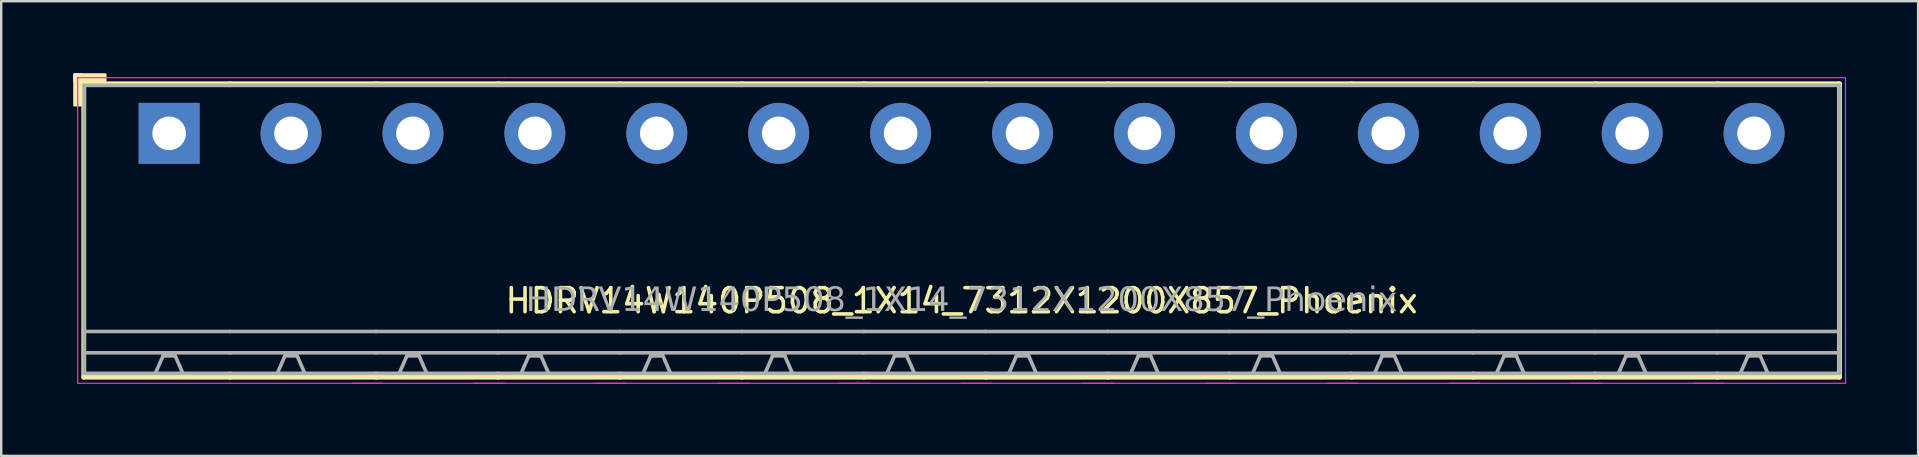
<source format=kicad_pcb>
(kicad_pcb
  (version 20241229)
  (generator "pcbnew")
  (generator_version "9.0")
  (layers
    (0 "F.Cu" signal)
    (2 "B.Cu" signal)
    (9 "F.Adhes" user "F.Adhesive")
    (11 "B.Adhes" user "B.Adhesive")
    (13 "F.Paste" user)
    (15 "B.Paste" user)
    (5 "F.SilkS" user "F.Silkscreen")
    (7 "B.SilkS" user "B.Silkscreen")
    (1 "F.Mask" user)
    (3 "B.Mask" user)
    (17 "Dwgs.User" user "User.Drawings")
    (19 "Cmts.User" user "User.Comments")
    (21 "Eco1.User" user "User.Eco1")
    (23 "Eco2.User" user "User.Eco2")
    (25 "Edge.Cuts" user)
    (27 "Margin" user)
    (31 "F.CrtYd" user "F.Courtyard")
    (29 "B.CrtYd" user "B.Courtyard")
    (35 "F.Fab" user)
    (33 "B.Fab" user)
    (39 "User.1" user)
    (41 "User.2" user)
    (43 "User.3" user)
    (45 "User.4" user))
  (footprint "HDRV14W140P508_1X14_7312X1200X857_Phoenix"
    (layer "F.Cu")
    (at 37.017 2.506)
    (property "Reference" "HDRV14W140P508_1X14_7312X1200X857_Phoenix" (at 0 6.975 0) (layer "F.SilkS") (effects (font (size 1 1) (thickness 0.15))))
    (attr through_hole)
    (fp_line (start -36.576 -2.065) (end -36.576 10.16) (stroke (width 0.203) (type solid)) (layer "F.SilkS"))
    (fp_line (start -36.576 10.16) (end -30.48 10.16) (stroke (width 0.203) (type solid)) (layer "F.SilkS"))
    (fp_line (start -30.48 -2.065) (end -36.576 -2.065) (stroke (width 0.203) (type solid)) (layer "F.SilkS"))
    (fp_line (start -30.48 -2.065) (end -24.384 -2.065) (stroke (width 0.203) (type solid)) (layer "F.SilkS"))
    (fp_line (start -24.384 -2.065) (end -19.304 -2.065) (stroke (width 0.203) (type solid)) (layer "F.SilkS"))
    (fp_line (start -24.384 10.16) (end -30.48 10.16) (stroke (width 0.203) (type solid)) (layer "F.SilkS"))
    (fp_line (start -19.304 -2.065) (end -14.224 -2.065) (stroke (width 0.203) (type solid)) (layer "F.SilkS"))
    (fp_line (start -19.304 10.16) (end -24.384 10.16) (stroke (width 0.203) (type solid)) (layer "F.SilkS"))
    (fp_line (start -14.224 -2.065) (end -9.144 -2.065) (stroke (width 0.203) (type solid)) (layer "F.SilkS"))
    (fp_line (start -14.224 10.16) (end -19.304 10.16) (stroke (width 0.203) (type solid)) (layer "F.SilkS"))
    (fp_line (start -9.144 -2.065) (end -4.064 -2.065) (stroke (width 0.203) (type solid)) (layer "F.SilkS"))
    (fp_line (start -9.144 10.16) (end -14.224 10.16) (stroke (width 0.203) (type solid)) (layer "F.SilkS"))
    (fp_line (start -4.064 -2.065) (end 1.016 -2.065) (stroke (width 0.203) (type solid)) (layer "F.SilkS"))
    (fp_line (start -4.064 10.16) (end -9.144 10.16) (stroke (width 0.203) (type solid)) (layer "F.SilkS"))
    (fp_line (start 1.016 -2.065) (end 6.096 -2.065) (stroke (width 0.203) (type solid)) (layer "F.SilkS"))
    (fp_line (start 1.016 10.16) (end -4.064 10.16) (stroke (width 0.203) (type solid)) (layer "F.SilkS"))
    (fp_line (start 6.096 -2.065) (end 11.176 -2.065) (stroke (width 0.203) (type solid)) (layer "F.SilkS"))
    (fp_line (start 6.096 10.16) (end 1.016 10.16) (stroke (width 0.203) (type solid)) (layer "F.SilkS"))
    (fp_line (start 11.176 -2.065) (end 16.256 -2.065) (stroke (width 0.203) (type solid)) (layer "F.SilkS"))
    (fp_line (start 11.176 10.16) (end 6.096 10.16) (stroke (width 0.203) (type solid)) (layer "F.SilkS"))
    (fp_line (start 16.256 -2.065) (end 21.336 -2.065) (stroke (width 0.203) (type solid)) (layer "F.SilkS"))
    (fp_line (start 16.256 10.16) (end 11.176 10.16) (stroke (width 0.203) (type solid)) (layer "F.SilkS"))
    (fp_line (start 21.336 -2.065) (end 26.416 -2.065) (stroke (width 0.203) (type solid)) (layer "F.SilkS"))
    (fp_line (start 21.336 10.16) (end 16.256 10.16) (stroke (width 0.203) (type solid)) (layer "F.SilkS"))
    (fp_line (start 26.416 -2.065) (end 31.496 -2.065) (stroke (width 0.203) (type solid)) (layer "F.SilkS"))
    (fp_line (start 26.416 10.16) (end 21.336 10.16) (stroke (width 0.203) (type solid)) (layer "F.SilkS"))
    (fp_line (start 31.496 -2.065) (end 36.576 -2.065) (stroke (width 0.203) (type solid)) (layer "F.SilkS"))
    (fp_line (start 31.496 10.16) (end 26.416 10.16) (stroke (width 0.203) (type solid)) (layer "F.SilkS"))
    (fp_line (start 36.576 -2.065) (end 36.576 10.16) (stroke (width 0.203) (type solid)) (layer "F.SilkS"))
    (fp_line (start 36.576 10.16) (end 31.496 10.16) (stroke (width 0.203) (type solid)) (layer "F.SilkS"))
    (fp_rect (start -36.957 -2.446) (end -36.703 -1.176) (stroke (width 0.12) (type solid)) (fill yes) (layer "F.SilkS"))
    (fp_rect (start -36.957 -2.446) (end -35.687 -2.192) (stroke (width 0.12) (type solid)) (fill yes) (layer "F.SilkS"))
    (fp_line (start -36.83 10.414) (end -36.83 -2.319) (stroke (width 0.05) (type solid)) (layer "F.CrtYd"))
    (fp_line (start -30.48 -2.319) (end -36.83 -2.319) (stroke (width 0.05) (type solid)) (layer "F.CrtYd"))
    (fp_line (start -30.48 -2.319) (end -24.13 -2.319) (stroke (width 0.05) (type solid)) (layer "F.CrtYd"))
    (fp_line (start -30.48 10.414) (end -36.83 10.414) (stroke (width 0.05) (type solid)) (layer "F.CrtYd"))
    (fp_line (start -30.48 10.414) (end -24.13 10.414) (stroke (width 0.05) (type solid)) (layer "F.CrtYd"))
    (fp_line (start -25.4 10.414) (end -19.05 10.414) (stroke (width 0.05) (type solid)) (layer "F.CrtYd"))
    (fp_line (start -24.13 -2.319) (end -19.05 -2.319) (stroke (width 0.05) (type solid)) (layer "F.CrtYd"))
    (fp_line (start -20.32 10.414) (end -13.97 10.414) (stroke (width 0.05) (type solid)) (layer "F.CrtYd"))
    (fp_line (start -19.05 -2.319) (end -13.97 -2.319) (stroke (width 0.05) (type solid)) (layer "F.CrtYd"))
    (fp_line (start -15.24 10.414) (end -8.89 10.414) (stroke (width 0.05) (type solid)) (layer "F.CrtYd"))
    (fp_line (start -13.97 -2.319) (end -8.89 -2.319) (stroke (width 0.05) (type solid)) (layer "F.CrtYd"))
    (fp_line (start -10.16 10.414) (end -3.81 10.414) (stroke (width 0.05) (type solid)) (layer "F.CrtYd"))
    (fp_line (start -8.89 -2.319) (end -3.81 -2.319) (stroke (width 0.05) (type solid)) (layer "F.CrtYd"))
    (fp_line (start -5.08 10.414) (end 1.27 10.414) (stroke (width 0.05) (type solid)) (layer "F.CrtYd"))
    (fp_line (start -3.81 -2.319) (end 1.27 -2.319) (stroke (width 0.05) (type solid)) (layer "F.CrtYd"))
    (fp_line (start 0 10.414) (end 6.35 10.414) (stroke (width 0.05) (type solid)) (layer "F.CrtYd"))
    (fp_line (start 1.27 -2.319) (end 6.35 -2.319) (stroke (width 0.05) (type solid)) (layer "F.CrtYd"))
    (fp_line (start 5.08 10.414) (end 11.43 10.414) (stroke (width 0.05) (type solid)) (layer "F.CrtYd"))
    (fp_line (start 6.35 -2.319) (end 11.43 -2.319) (stroke (width 0.05) (type solid)) (layer "F.CrtYd"))
    (fp_line (start 10.16 10.414) (end 16.51 10.414) (stroke (width 0.05) (type solid)) (layer "F.CrtYd"))
    (fp_line (start 11.43 -2.319) (end 16.51 -2.319) (stroke (width 0.05) (type solid)) (layer "F.CrtYd"))
    (fp_line (start 15.24 10.414) (end 21.59 10.414) (stroke (width 0.05) (type solid)) (layer "F.CrtYd"))
    (fp_line (start 16.51 -2.319) (end 21.59 -2.319) (stroke (width 0.05) (type solid)) (layer "F.CrtYd"))
    (fp_line (start 20.32 10.414) (end 26.67 10.414) (stroke (width 0.05) (type solid)) (layer "F.CrtYd"))
    (fp_line (start 21.59 -2.319) (end 26.67 -2.319) (stroke (width 0.05) (type solid)) (layer "F.CrtYd"))
    (fp_line (start 25.4 10.414) (end 31.75 10.414) (stroke (width 0.05) (type solid)) (layer "F.CrtYd"))
    (fp_line (start 26.67 -2.319) (end 31.75 -2.319) (stroke (width 0.05) (type solid)) (layer "F.CrtYd"))
    (fp_line (start 30.48 10.414) (end 36.83 10.414) (stroke (width 0.05) (type solid)) (layer "F.CrtYd"))
    (fp_line (start 31.75 -2.319) (end 36.83 -2.319) (stroke (width 0.05) (type solid)) (layer "F.CrtYd"))
    (fp_line (start 36.83 10.414) (end 36.83 -2.319) (stroke (width 0.05) (type solid)) (layer "F.CrtYd"))
    (fp_line (start -36.56 -2) (end -36.56 10) (stroke (width 0.152) (type solid)) (layer "F.Fab"))
    (fp_line (start -33.274 9.271) (end -33.592 10) (stroke (width 0.152) (type default)) (layer "F.Fab"))
    (fp_line (start -32.766 9.271) (end -33.274 9.271) (stroke (width 0.152) (type default)) (layer "F.Fab"))
    (fp_line (start -32.766 9.271) (end -32.449 10) (stroke (width 0.152) (type default)) (layer "F.Fab"))
    (fp_line (start -30.48 -2) (end -36.56 -2) (stroke (width 0.152) (type solid)) (layer "F.Fab"))
    (fp_line (start -30.48 -2) (end -24.4 -2) (stroke (width 0.152) (type solid)) (layer "F.Fab"))
    (fp_line (start -30.48 8.255) (end -36.56 8.255) (stroke (width 0.152) (type solid)) (layer "F.Fab"))
    (fp_line (start -30.48 8.255) (end -24.4 8.255) (stroke (width 0.152) (type solid)) (layer "F.Fab"))
    (fp_line (start -30.48 9.144) (end -36.56 9.144) (stroke (width 0.152) (type solid)) (layer "F.Fab"))
    (fp_line (start -30.48 9.144) (end -24.4 9.144) (stroke (width 0.152) (type solid)) (layer "F.Fab"))
    (fp_line (start -30.48 10) (end -36.56 10) (stroke (width 0.152) (type solid)) (layer "F.Fab"))
    (fp_line (start -30.48 10) (end -24.4 10) (stroke (width 0.152) (type solid)) (layer "F.Fab"))
    (fp_line (start -28.194 9.271) (end -28.512 10) (stroke (width 0.152) (type default)) (layer "F.Fab"))
    (fp_line (start -27.686 9.271) (end -28.194 9.271) (stroke (width 0.152) (type default)) (layer "F.Fab"))
    (fp_line (start -27.686 9.271) (end -27.369 10) (stroke (width 0.152) (type default)) (layer "F.Fab"))
    (fp_line (start -24.4 -2) (end -19.32 -2) (stroke (width 0.152) (type solid)) (layer "F.Fab"))
    (fp_line (start -24.4 8.255) (end -19.32 8.255) (stroke (width 0.152) (type solid)) (layer "F.Fab"))
    (fp_line (start -24.4 9.144) (end -19.32 9.144) (stroke (width 0.152) (type solid)) (layer "F.Fab"))
    (fp_line (start -24.4 10) (end -19.32 10) (stroke (width 0.152) (type solid)) (layer "F.Fab"))
    (fp_line (start -23.114 9.271) (end -23.431 10) (stroke (width 0.152) (type default)) (layer "F.Fab"))
    (fp_line (start -22.606 9.271) (end -23.114 9.271) (stroke (width 0.152) (type default)) (layer "F.Fab"))
    (fp_line (start -22.606 9.271) (end -22.288 10) (stroke (width 0.152) (type default)) (layer "F.Fab"))
    (fp_line (start -19.32 -2) (end -14.24 -2) (stroke (width 0.152) (type solid)) (layer "F.Fab"))
    (fp_line (start -19.32 8.255) (end -14.24 8.255) (stroke (width 0.152) (type solid)) (layer "F.Fab"))
    (fp_line (start -19.32 9.144) (end -14.24 9.144) (stroke (width 0.152) (type solid)) (layer "F.Fab"))
    (fp_line (start -19.32 10) (end -14.24 10) (stroke (width 0.152) (type solid)) (layer "F.Fab"))
    (fp_line (start -18.034 9.271) (end -18.352 10) (stroke (width 0.152) (type default)) (layer "F.Fab"))
    (fp_line (start -17.526 9.271) (end -18.034 9.271) (stroke (width 0.152) (type default)) (layer "F.Fab"))
    (fp_line (start -17.526 9.271) (end -17.209 10) (stroke (width 0.152) (type default)) (layer "F.Fab"))
    (fp_line (start -14.24 -2) (end -9.16 -2) (stroke (width 0.152) (type solid)) (layer "F.Fab"))
    (fp_line (start -14.24 8.255) (end -9.16 8.255) (stroke (width 0.152) (type solid)) (layer "F.Fab"))
    (fp_line (start -14.24 9.144) (end -9.16 9.144) (stroke (width 0.152) (type solid)) (layer "F.Fab"))
    (fp_line (start -14.24 10) (end -9.16 10) (stroke (width 0.152) (type solid)) (layer "F.Fab"))
    (fp_line (start -12.954 9.271) (end -13.271 10) (stroke (width 0.152) (type default)) (layer "F.Fab"))
    (fp_line (start -12.446 9.271) (end -12.954 9.271) (stroke (width 0.152) (type default)) (layer "F.Fab"))
    (fp_line (start -12.446 9.271) (end -12.129 10) (stroke (width 0.152) (type default)) (layer "F.Fab"))
    (fp_line (start -9.16 -2) (end -4.08 -2) (stroke (width 0.152) (type solid)) (layer "F.Fab"))
    (fp_line (start -9.16 8.255) (end -4.08 8.255) (stroke (width 0.152) (type solid)) (layer "F.Fab"))
    (fp_line (start -9.16 9.144) (end -4.08 9.144) (stroke (width 0.152) (type solid)) (layer "F.Fab"))
    (fp_line (start -9.16 10) (end -4.08 10) (stroke (width 0.152) (type solid)) (layer "F.Fab"))
    (fp_line (start -7.874 9.271) (end -8.191 10) (stroke (width 0.152) (type default)) (layer "F.Fab"))
    (fp_line (start -7.366 9.271) (end -7.874 9.271) (stroke (width 0.152) (type default)) (layer "F.Fab"))
    (fp_line (start -7.366 9.271) (end -7.048 10) (stroke (width 0.152) (type default)) (layer "F.Fab"))
    (fp_line (start -4.08 -2) (end 1 -2) (stroke (width 0.152) (type solid)) (layer "F.Fab"))
    (fp_line (start -4.08 8.255) (end 1 8.255) (stroke (width 0.152) (type solid)) (layer "F.Fab"))
    (fp_line (start -4.08 9.144) (end 1 9.144) (stroke (width 0.152) (type solid)) (layer "F.Fab"))
    (fp_line (start -4.08 10) (end 1 10) (stroke (width 0.152) (type solid)) (layer "F.Fab"))
    (fp_line (start -2.794 9.271) (end -3.111 10) (stroke (width 0.152) (type default)) (layer "F.Fab"))
    (fp_line (start -2.286 9.271) (end -2.794 9.271) (stroke (width 0.152) (type default)) (layer "F.Fab"))
    (fp_line (start -2.286 9.271) (end -1.968 10) (stroke (width 0.152) (type default)) (layer "F.Fab"))
    (fp_line (start 1 -2) (end 6.08 -2) (stroke (width 0.152) (type solid)) (layer "F.Fab"))
    (fp_line (start 1 8.255) (end 6.08 8.255) (stroke (width 0.152) (type solid)) (layer "F.Fab"))
    (fp_line (start 1 9.144) (end 6.08 9.144) (stroke (width 0.152) (type solid)) (layer "F.Fab"))
    (fp_line (start 1 10) (end 6.08 10) (stroke (width 0.152) (type solid)) (layer "F.Fab"))
    (fp_line (start 2.286 9.271) (end 1.968 10) (stroke (width 0.152) (type default)) (layer "F.Fab"))
    (fp_line (start 2.794 9.271) (end 2.286 9.271) (stroke (width 0.152) (type default)) (layer "F.Fab"))
    (fp_line (start 2.794 9.271) (end 3.111 10) (stroke (width 0.152) (type default)) (layer "F.Fab"))
    (fp_line (start 6.08 -2) (end 11.16 -2) (stroke (width 0.152) (type solid)) (layer "F.Fab"))
    (fp_line (start 6.08 8.255) (end 11.16 8.255) (stroke (width 0.152) (type solid)) (layer "F.Fab"))
    (fp_line (start 6.08 9.144) (end 11.16 9.144) (stroke (width 0.152) (type solid)) (layer "F.Fab"))
    (fp_line (start 6.08 10) (end 11.16 10) (stroke (width 0.152) (type solid)) (layer "F.Fab"))
    (fp_line (start 7.366 9.271) (end 7.048 10) (stroke (width 0.152) (type default)) (layer "F.Fab"))
    (fp_line (start 7.874 9.271) (end 7.366 9.271) (stroke (width 0.152) (type default)) (layer "F.Fab"))
    (fp_line (start 7.874 9.271) (end 8.191 10) (stroke (width 0.152) (type default)) (layer "F.Fab"))
    (fp_line (start 11.16 -2) (end 16.24 -2) (stroke (width 0.152) (type solid)) (layer "F.Fab"))
    (fp_line (start 11.16 8.255) (end 16.24 8.255) (stroke (width 0.152) (type solid)) (layer "F.Fab"))
    (fp_line (start 11.16 9.144) (end 16.24 9.144) (stroke (width 0.152) (type solid)) (layer "F.Fab"))
    (fp_line (start 11.16 10) (end 16.24 10) (stroke (width 0.152) (type solid)) (layer "F.Fab"))
    (fp_line (start 12.446 9.271) (end 12.129 10) (stroke (width 0.152) (type default)) (layer "F.Fab"))
    (fp_line (start 12.954 9.271) (end 12.446 9.271) (stroke (width 0.152) (type default)) (layer "F.Fab"))
    (fp_line (start 12.954 9.271) (end 13.271 10) (stroke (width 0.152) (type default)) (layer "F.Fab"))
    (fp_line (start 16.24 -2) (end 21.32 -2) (stroke (width 0.152) (type solid)) (layer "F.Fab"))
    (fp_line (start 16.24 8.255) (end 21.32 8.255) (stroke (width 0.152) (type solid)) (layer "F.Fab"))
    (fp_line (start 16.24 9.144) (end 21.32 9.144) (stroke (width 0.152) (type solid)) (layer "F.Fab"))
    (fp_line (start 16.24 10) (end 21.32 10) (stroke (width 0.152) (type solid)) (layer "F.Fab"))
    (fp_line (start 17.526 9.271) (end 17.209 10) (stroke (width 0.152) (type default)) (layer "F.Fab"))
    (fp_line (start 18.034 9.271) (end 17.526 9.271) (stroke (width 0.152) (type default)) (layer "F.Fab"))
    (fp_line (start 18.034 9.271) (end 18.352 10) (stroke (width 0.152) (type default)) (layer "F.Fab"))
    (fp_line (start 21.32 -2) (end 26.4 -2) (stroke (width 0.152) (type solid)) (layer "F.Fab"))
    (fp_line (start 21.32 8.255) (end 26.4 8.255) (stroke (width 0.152) (type solid)) (layer "F.Fab"))
    (fp_line (start 21.32 9.144) (end 26.4 9.144) (stroke (width 0.152) (type solid)) (layer "F.Fab"))
    (fp_line (start 21.32 10) (end 26.4 10) (stroke (width 0.152) (type solid)) (layer "F.Fab"))
    (fp_line (start 22.606 9.271) (end 22.288 10) (stroke (width 0.152) (type default)) (layer "F.Fab"))
    (fp_line (start 23.114 9.271) (end 22.606 9.271) (stroke (width 0.152) (type default)) (layer "F.Fab"))
    (fp_line (start 23.114 9.271) (end 23.431 10) (stroke (width 0.152) (type default)) (layer "F.Fab"))
    (fp_line (start 26.4 -2) (end 31.48 -2) (stroke (width 0.152) (type solid)) (layer "F.Fab"))
    (fp_line (start 26.4 8.255) (end 31.48 8.255) (stroke (width 0.152) (type solid)) (layer "F.Fab"))
    (fp_line (start 26.4 9.144) (end 31.48 9.144) (stroke (width 0.152) (type solid)) (layer "F.Fab"))
    (fp_line (start 26.4 10) (end 31.48 10) (stroke (width 0.152) (type solid)) (layer "F.Fab"))
    (fp_line (start 27.686 9.271) (end 27.369 10) (stroke (width 0.152) (type default)) (layer "F.Fab"))
    (fp_line (start 28.194 9.271) (end 27.686 9.271) (stroke (width 0.152) (type default)) (layer "F.Fab"))
    (fp_line (start 28.194 9.271) (end 28.512 10) (stroke (width 0.152) (type default)) (layer "F.Fab"))
    (fp_line (start 31.48 -2) (end 36.56 -2) (stroke (width 0.152) (type solid)) (layer "F.Fab"))
    (fp_line (start 31.48 8.255) (end 36.56 8.255) (stroke (width 0.152) (type solid)) (layer "F.Fab"))
    (fp_line (start 31.48 9.144) (end 36.56 9.144) (stroke (width 0.152) (type solid)) (layer "F.Fab"))
    (fp_line (start 31.48 10) (end 36.56 10) (stroke (width 0.152) (type solid)) (layer "F.Fab"))
    (fp_line (start 32.766 9.271) (end 32.449 10) (stroke (width 0.152) (type default)) (layer "F.Fab"))
    (fp_line (start 33.274 9.271) (end 32.766 9.271) (stroke (width 0.152) (type default)) (layer "F.Fab"))
    (fp_line (start 33.274 9.271) (end 33.592 10) (stroke (width 0.152) (type default)) (layer "F.Fab"))
    (fp_line (start 36.56 -2) (end 36.56 10) (stroke (width 0.152) (type solid)) (layer "F.Fab"))
    (fp_rect (start -33.274 -0.254) (end -32.766 0.254) (stroke (width 0.152) (type solid)) (fill no) (layer "F.Fab"))
    (fp_rect (start -27.686 -0.254) (end -28.194 0.254) (stroke (width 0.152) (type solid)) (fill no) (layer "F.Fab"))
    (fp_rect (start -22.606 -0.254) (end -23.114 0.254) (stroke (width 0.152) (type solid)) (fill no) (layer "F.Fab"))
    (fp_rect (start -17.526 -0.254) (end -18.034 0.254) (stroke (width 0.152) (type solid)) (fill no) (layer "F.Fab"))
    (fp_rect (start -12.446 -0.254) (end -12.954 0.254) (stroke (width 0.152) (type solid)) (fill no) (layer "F.Fab"))
    (fp_rect (start -7.366 -0.254) (end -7.874 0.254) (stroke (width 0.152) (type solid)) (fill no) (layer "F.Fab"))
    (fp_rect (start -2.286 -0.254) (end -2.794 0.254) (stroke (width 0.152) (type solid)) (fill no) (layer "F.Fab"))
    (fp_rect (start 2.794 -0.254) (end 2.286 0.254) (stroke (width 0.152) (type solid)) (fill no) (layer "F.Fab"))
    (fp_rect (start 7.874 -0.254) (end 7.366 0.254) (stroke (width 0.152) (type solid)) (fill no) (layer "F.Fab"))
    (fp_rect (start 12.954 -0.254) (end 12.446 0.254) (stroke (width 0.152) (type solid)) (fill no) (layer "F.Fab"))
    (fp_rect (start 18.034 -0.254) (end 17.526 0.254) (stroke (width 0.152) (type solid)) (fill no) (layer "F.Fab"))
    (fp_rect (start 23.114 -0.254) (end 22.606 0.254) (stroke (width 0.152) (type solid)) (fill no) (layer "F.Fab"))
    (fp_rect (start 28.194 -0.254) (end 27.686 0.254) (stroke (width 0.152) (type solid)) (fill no) (layer "F.Fab"))
    (fp_rect (start 33.274 -0.254) (end 32.766 0.254) (stroke (width 0.152) (type solid)) (fill no) (layer "F.Fab"))
    (fp_text user "${REFERENCE}" (at 0 6.985 0) (layer "F.Fab") (effects (font (face "Tahoma") (size 1 1) (thickness 0.15))))
    (pad "1" thru_hole rect (at -33.02 0) (size 2.54 2.54) (drill 1.4) (layers "*.Cu" "*.Mask"))
    (pad "2" thru_hole circle (at -27.94 0) (size 2.54 2.54) (drill 1.4) (layers "*.Cu" "*.Mask"))
    (pad "3" thru_hole circle (at -22.86 0) (size 2.54 2.54) (drill 1.4) (layers "*.Cu" "*.Mask"))
    (pad "4" thru_hole circle (at -17.78 0) (size 2.54 2.54) (drill 1.4) (layers "*.Cu" "*.Mask"))
    (pad "5" thru_hole circle (at -12.7 0) (size 2.54 2.54) (drill 1.4) (layers "*.Cu" "*.Mask"))
    (pad "6" thru_hole circle (at -7.62 0) (size 2.54 2.54) (drill 1.4) (layers "*.Cu" "*.Mask"))
    (pad "7" thru_hole circle (at -2.54 0) (size 2.54 2.54) (drill 1.4) (layers "*.Cu" "*.Mask"))
    (pad "8" thru_hole circle (at 2.54 0) (size 2.54 2.54) (drill 1.4) (layers "*.Cu" "*.Mask"))
    (pad "9" thru_hole circle (at 7.62 0) (size 2.54 2.54) (drill 1.4) (layers "*.Cu" "*.Mask"))
    (pad "10" thru_hole circle (at 12.7 0) (size 2.54 2.54) (drill 1.4) (layers "*.Cu" "*.Mask"))
    (pad "11" thru_hole circle (at 17.78 0) (size 2.54 2.54) (drill 1.4) (layers "*.Cu" "*.Mask"))
    (pad "12" thru_hole circle (at 22.86 0) (size 2.54 2.54) (drill 1.4) (layers "*.Cu" "*.Mask"))
    (pad "13" thru_hole circle (at 27.94 0) (size 2.54 2.54) (drill 1.4) (layers "*.Cu" "*.Mask"))
    (pad "14" thru_hole circle (at 33.02 0) (size 2.54 2.54) (drill 1.4) (layers "*.Cu" "*.Mask")))
  (gr_rect
    (start -3 -3)
    (end 76.872 15.945)
    (stroke (width 0.1) (type default))
    (fill no)
    (layer "Edge.Cuts")))
</source>
